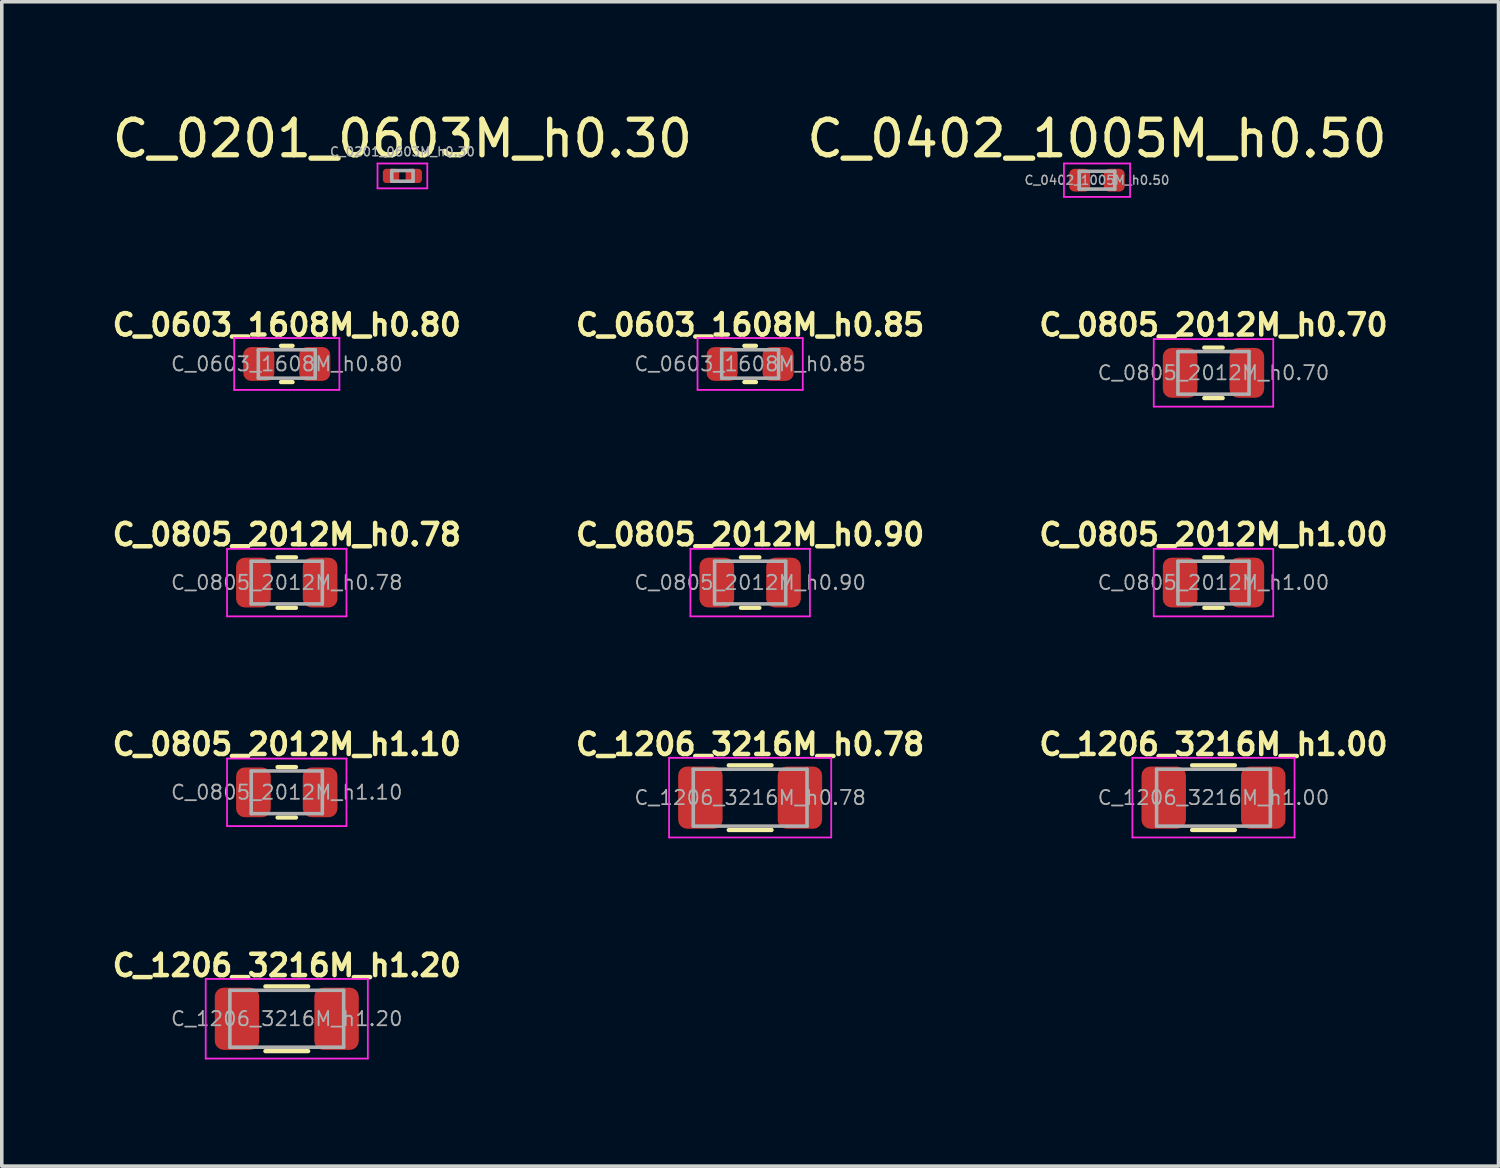
<source format=kicad_pcb>
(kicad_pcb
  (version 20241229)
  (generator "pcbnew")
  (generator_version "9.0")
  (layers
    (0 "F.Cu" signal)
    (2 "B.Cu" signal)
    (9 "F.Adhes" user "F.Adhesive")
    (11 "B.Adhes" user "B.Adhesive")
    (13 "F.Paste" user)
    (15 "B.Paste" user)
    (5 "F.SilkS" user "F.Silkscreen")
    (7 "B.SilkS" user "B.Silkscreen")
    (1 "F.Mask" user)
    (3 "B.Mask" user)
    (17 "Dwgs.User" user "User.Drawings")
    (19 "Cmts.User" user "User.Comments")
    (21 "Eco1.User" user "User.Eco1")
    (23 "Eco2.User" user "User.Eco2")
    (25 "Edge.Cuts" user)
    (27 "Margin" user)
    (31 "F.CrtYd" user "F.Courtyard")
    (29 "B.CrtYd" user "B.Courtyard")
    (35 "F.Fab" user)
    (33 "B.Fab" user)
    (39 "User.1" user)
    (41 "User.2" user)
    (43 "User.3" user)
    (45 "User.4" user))
  (footprint "C_0805_2012M_h1.10"
    (layer "F.Cu")
    (at 5.016 19.235)
    (property "Reference" "C_0805_2012M_h1.10" (at 0 -1.35 0) (layer "F.SilkS") (effects (font (size 0.6 0.6) (thickness 0.127))))
    (attr smd)
    (fp_line (start -0.259 -0.71) (end 0.259 -0.71) (stroke (width 0.12) (type solid)) (layer "F.SilkS"))
    (fp_line (start -0.259 0.71) (end 0.259 0.71) (stroke (width 0.12) (type solid)) (layer "F.SilkS"))
    (fp_line (start -1.68 -0.95) (end 1.68 -0.95) (stroke (width 0.05) (type solid)) (layer "F.CrtYd"))
    (fp_line (start -1.68 0.95) (end -1.68 -0.95) (stroke (width 0.05) (type solid)) (layer "F.CrtYd"))
    (fp_line (start 1.68 -0.95) (end 1.68 0.95) (stroke (width 0.05) (type solid)) (layer "F.CrtYd"))
    (fp_line (start 1.68 0.95) (end -1.68 0.95) (stroke (width 0.05) (type solid)) (layer "F.CrtYd"))
    (fp_line (start -1 -0.6) (end 1 -0.6) (stroke (width 0.1) (type solid)) (layer "F.Fab"))
    (fp_line (start -1 0.6) (end -1 -0.6) (stroke (width 0.1) (type solid)) (layer "F.Fab"))
    (fp_line (start 1 -0.6) (end 1 0.6) (stroke (width 0.1) (type solid)) (layer "F.Fab"))
    (fp_line (start 1 0.6) (end -1 0.6) (stroke (width 0.1) (type solid)) (layer "F.Fab"))
    (fp_text user "${REFERENCE}" (at 0 0 0) (layer "F.Fab") (effects (font (size 0.4 0.4) (thickness 0.05))))
    (pad "1" smd roundrect (at -0.938 0) (size 0.975 1.4) (layers "F.Cu" "F.Mask" "F.Paste") (roundrect_rratio 0.25))
    (pad "2" smd roundrect (at 0.938 0) (size 0.975 1.4) (layers "F.Cu" "F.Mask" "F.Paste") (roundrect_rratio 0.25)))
  (footprint "C_0201_0603M_h0.30"
    (layer "F.Cu")
    (at 8.268 1.898)
    (property "Reference" "C_0201_0603M_h0.30" (at 0 -1.05 0) (layer "F.SilkS") (effects (font (size 1 1) (thickness 0.15))))
    (attr smd)
    (fp_line (start -0.7 -0.35) (end 0.7 -0.35) (stroke (width 0.05) (type solid)) (layer "F.CrtYd"))
    (fp_line (start -0.7 0.35) (end -0.7 -0.35) (stroke (width 0.05) (type solid)) (layer "F.CrtYd"))
    (fp_line (start 0.7 -0.35) (end 0.7 0.35) (stroke (width 0.05) (type solid)) (layer "F.CrtYd"))
    (fp_line (start 0.7 0.35) (end -0.7 0.35) (stroke (width 0.05) (type solid)) (layer "F.CrtYd"))
    (fp_line (start -0.3 -0.15) (end 0.3 -0.15) (stroke (width 0.1) (type solid)) (layer "F.Fab"))
    (fp_line (start -0.3 0.15) (end -0.3 -0.15) (stroke (width 0.1) (type solid)) (layer "F.Fab"))
    (fp_line (start 0.3 -0.15) (end 0.3 0.15) (stroke (width 0.1) (type solid)) (layer "F.Fab"))
    (fp_line (start 0.3 0.15) (end -0.3 0.15) (stroke (width 0.1) (type solid)) (layer "F.Fab"))
    (fp_text user "${REFERENCE}" (at 0 -0.68 0) (layer "F.Fab") (effects (font (size 0.25 0.25) (thickness 0.04))))
    (pad "" smd roundrect (at -0.345 0) (size 0.318 0.36) (layers "F.Paste") (roundrect_rratio 0.25))
    (pad "" smd roundrect (at 0.345 0) (size 0.318 0.36) (layers "F.Paste") (roundrect_rratio 0.25))
    (pad "1" smd roundrect (at -0.32 0) (size 0.46 0.4) (layers "F.Cu" "F.Mask") (roundrect_rratio 0.25))
    (pad "2" smd roundrect (at 0.32 0) (size 0.46 0.4) (layers "F.Cu" "F.Mask") (roundrect_rratio 0.25)))
  (footprint "C_0603_1608M_h0.85"
    (layer "F.Cu")
    (at 18.049 7.187)
    (property "Reference" "C_0603_1608M_h0.85" (at 0 -1.1 0) (layer "F.SilkS") (effects (font (size 0.6 0.6) (thickness 0.127))))
    (attr smd)
    (fp_line (start -0.163 -0.51) (end 0.163 -0.51) (stroke (width 0.12) (type solid)) (layer "F.SilkS"))
    (fp_line (start -0.163 0.51) (end 0.163 0.51) (stroke (width 0.12) (type solid)) (layer "F.SilkS"))
    (fp_line (start -1.48 -0.73) (end 1.48 -0.73) (stroke (width 0.05) (type solid)) (layer "F.CrtYd"))
    (fp_line (start -1.48 0.73) (end -1.48 -0.73) (stroke (width 0.05) (type solid)) (layer "F.CrtYd"))
    (fp_line (start 1.48 -0.73) (end 1.48 0.73) (stroke (width 0.05) (type solid)) (layer "F.CrtYd"))
    (fp_line (start 1.48 0.73) (end -1.48 0.73) (stroke (width 0.05) (type solid)) (layer "F.CrtYd"))
    (fp_line (start -0.8 -0.4) (end 0.8 -0.4) (stroke (width 0.1) (type solid)) (layer "F.Fab"))
    (fp_line (start -0.8 0.4) (end -0.8 -0.4) (stroke (width 0.1) (type solid)) (layer "F.Fab"))
    (fp_line (start 0.8 -0.4) (end 0.8 0.4) (stroke (width 0.1) (type solid)) (layer "F.Fab"))
    (fp_line (start 0.8 0.4) (end -0.8 0.4) (stroke (width 0.1) (type solid)) (layer "F.Fab"))
    (fp_text user "${REFERENCE}" (at 0 0 0) (layer "F.Fab") (effects (font (size 0.4 0.4) (thickness 0.05))))
    (pad "1" smd roundrect (at -0.787 0) (size 0.875 0.95) (layers "F.Cu" "F.Mask" "F.Paste") (roundrect_rratio 0.25))
    (pad "2" smd roundrect (at 0.787 0) (size 0.875 0.95) (layers "F.Cu" "F.Mask" "F.Paste") (roundrect_rratio 0.25)))
  (footprint "C_0805_2012M_h1.00"
    (layer "F.Cu")
    (at 31.081 13.336)
    (property "Reference" "C_0805_2012M_h1.00" (at 0 -1.35 0) (layer "F.SilkS") (effects (font (size 0.6 0.6) (thickness 0.127))))
    (attr smd)
    (fp_line (start -0.259 -0.71) (end 0.259 -0.71) (stroke (width 0.12) (type solid)) (layer "F.SilkS"))
    (fp_line (start -0.259 0.71) (end 0.259 0.71) (stroke (width 0.12) (type solid)) (layer "F.SilkS"))
    (fp_line (start -1.68 -0.95) (end 1.68 -0.95) (stroke (width 0.05) (type solid)) (layer "F.CrtYd"))
    (fp_line (start -1.68 0.95) (end -1.68 -0.95) (stroke (width 0.05) (type solid)) (layer "F.CrtYd"))
    (fp_line (start 1.68 -0.95) (end 1.68 0.95) (stroke (width 0.05) (type solid)) (layer "F.CrtYd"))
    (fp_line (start 1.68 0.95) (end -1.68 0.95) (stroke (width 0.05) (type solid)) (layer "F.CrtYd"))
    (fp_line (start -1 -0.6) (end 1 -0.6) (stroke (width 0.1) (type solid)) (layer "F.Fab"))
    (fp_line (start -1 0.6) (end -1 -0.6) (stroke (width 0.1) (type solid)) (layer "F.Fab"))
    (fp_line (start 1 -0.6) (end 1 0.6) (stroke (width 0.1) (type solid)) (layer "F.Fab"))
    (fp_line (start 1 0.6) (end -1 0.6) (stroke (width 0.1) (type solid)) (layer "F.Fab"))
    (fp_text user "${REFERENCE}" (at 0 0 0) (layer "F.Fab") (effects (font (size 0.4 0.4) (thickness 0.05))))
    (pad "1" smd roundrect (at -0.938 0) (size 0.975 1.4) (layers "F.Cu" "F.Mask" "F.Paste") (roundrect_rratio 0.25))
    (pad "2" smd roundrect (at 0.938 0) (size 0.975 1.4) (layers "F.Cu" "F.Mask" "F.Paste") (roundrect_rratio 0.25)))
  (footprint "C_1206_3216M_h1.00"
    (layer "F.Cu")
    (at 31.081 19.385)
    (property "Reference" "C_1206_3216M_h1.00" (at 0 -1.5 0) (layer "F.SilkS") (effects (font (size 0.6 0.6) (thickness 0.127))))
    (attr smd)
    (fp_line (start -0.602 -0.91) (end 0.602 -0.91) (stroke (width 0.12) (type solid)) (layer "F.SilkS"))
    (fp_line (start -0.602 0.91) (end 0.602 0.91) (stroke (width 0.12) (type solid)) (layer "F.SilkS"))
    (fp_line (start -2.28 -1.12) (end 2.28 -1.12) (stroke (width 0.05) (type solid)) (layer "F.CrtYd"))
    (fp_line (start -2.28 1.12) (end -2.28 -1.12) (stroke (width 0.05) (type solid)) (layer "F.CrtYd"))
    (fp_line (start 2.28 -1.12) (end 2.28 1.12) (stroke (width 0.05) (type solid)) (layer "F.CrtYd"))
    (fp_line (start 2.28 1.12) (end -2.28 1.12) (stroke (width 0.05) (type solid)) (layer "F.CrtYd"))
    (fp_line (start -1.6 -0.8) (end 1.6 -0.8) (stroke (width 0.1) (type solid)) (layer "F.Fab"))
    (fp_line (start -1.6 0.8) (end -1.6 -0.8) (stroke (width 0.1) (type solid)) (layer "F.Fab"))
    (fp_line (start 1.6 -0.8) (end 1.6 0.8) (stroke (width 0.1) (type solid)) (layer "F.Fab"))
    (fp_line (start 1.6 0.8) (end -1.6 0.8) (stroke (width 0.1) (type solid)) (layer "F.Fab"))
    (fp_text user "${REFERENCE}" (at 0 0 0) (layer "F.Fab") (effects (font (size 0.4 0.4) (thickness 0.05))))
    (pad "1" smd roundrect (at -1.4 0) (size 1.25 1.75) (layers "F.Cu" "F.Mask" "F.Paste") (roundrect_rratio 0.2))
    (pad "2" smd roundrect (at 1.4 0) (size 1.25 1.75) (layers "F.Cu" "F.Mask" "F.Paste") (roundrect_rratio 0.2)))
  (footprint "C_1206_3216M_h0.78"
    (layer "F.Cu")
    (at 18.049 19.385)
    (property "Reference" "C_1206_3216M_h0.78" (at 0 -1.5 0) (layer "F.SilkS") (effects (font (size 0.6 0.6) (thickness 0.127))))
    (attr smd)
    (fp_line (start -0.602 -0.91) (end 0.602 -0.91) (stroke (width 0.12) (type solid)) (layer "F.SilkS"))
    (fp_line (start -0.602 0.91) (end 0.602 0.91) (stroke (width 0.12) (type solid)) (layer "F.SilkS"))
    (fp_line (start -2.28 -1.12) (end 2.28 -1.12) (stroke (width 0.05) (type solid)) (layer "F.CrtYd"))
    (fp_line (start -2.28 1.12) (end -2.28 -1.12) (stroke (width 0.05) (type solid)) (layer "F.CrtYd"))
    (fp_line (start 2.28 -1.12) (end 2.28 1.12) (stroke (width 0.05) (type solid)) (layer "F.CrtYd"))
    (fp_line (start 2.28 1.12) (end -2.28 1.12) (stroke (width 0.05) (type solid)) (layer "F.CrtYd"))
    (fp_line (start -1.6 -0.8) (end 1.6 -0.8) (stroke (width 0.1) (type solid)) (layer "F.Fab"))
    (fp_line (start -1.6 0.8) (end -1.6 -0.8) (stroke (width 0.1) (type solid)) (layer "F.Fab"))
    (fp_line (start 1.6 -0.8) (end 1.6 0.8) (stroke (width 0.1) (type solid)) (layer "F.Fab"))
    (fp_line (start 1.6 0.8) (end -1.6 0.8) (stroke (width 0.1) (type solid)) (layer "F.Fab"))
    (fp_text user "${REFERENCE}" (at 0 0 0) (layer "F.Fab") (effects (font (size 0.4 0.4) (thickness 0.05))))
    (pad "1" smd roundrect (at -1.4 0) (size 1.25 1.75) (layers "F.Cu" "F.Mask" "F.Paste") (roundrect_rratio 0.2))
    (pad "2" smd roundrect (at 1.4 0) (size 1.25 1.75) (layers "F.Cu" "F.Mask" "F.Paste") (roundrect_rratio 0.2)))
  (footprint "C_0402_1005M_h0.50"
    (layer "F.Cu")
    (at 27.804 2.018)
    (property "Reference" "C_0402_1005M_h0.50" (at 0 -1.17 0) (layer "F.SilkS") (effects (font (size 1 1) (thickness 0.15))))
    (attr smd)
    (fp_line (start -0.93 -0.47) (end 0.93 -0.47) (stroke (width 0.05) (type solid)) (layer "F.CrtYd"))
    (fp_line (start -0.93 0.47) (end -0.93 -0.47) (stroke (width 0.05) (type solid)) (layer "F.CrtYd"))
    (fp_line (start 0.93 -0.47) (end 0.93 0.47) (stroke (width 0.05) (type solid)) (layer "F.CrtYd"))
    (fp_line (start 0.93 0.47) (end -0.93 0.47) (stroke (width 0.05) (type solid)) (layer "F.CrtYd"))
    (fp_line (start -0.5 -0.25) (end 0.5 -0.25) (stroke (width 0.1) (type solid)) (layer "F.Fab"))
    (fp_line (start -0.5 0.25) (end -0.5 -0.25) (stroke (width 0.1) (type solid)) (layer "F.Fab"))
    (fp_line (start 0.5 -0.25) (end 0.5 0.25) (stroke (width 0.1) (type solid)) (layer "F.Fab"))
    (fp_line (start 0.5 0.25) (end -0.5 0.25) (stroke (width 0.1) (type solid)) (layer "F.Fab"))
    (fp_text user "${REFERENCE}" (at 0 0 0) (layer "F.Fab") (effects (font (size 0.25 0.25) (thickness 0.04))))
    (pad "1" smd roundrect (at -0.485 0) (size 0.59 0.64) (layers "F.Cu" "F.Mask" "F.Paste") (roundrect_rratio 0.25))
    (pad "2" smd roundrect (at 0.485 0) (size 0.59 0.64) (layers "F.Cu" "F.Mask" "F.Paste") (roundrect_rratio 0.25)))
  (footprint "C_0805_2012M_h0.90"
    (layer "F.Cu")
    (at 18.049 13.336)
    (property "Reference" "C_0805_2012M_h0.90" (at 0 -1.35 0) (layer "F.SilkS") (effects (font (size 0.6 0.6) (thickness 0.127))))
    (attr smd)
    (fp_line (start -0.259 -0.71) (end 0.259 -0.71) (stroke (width 0.12) (type solid)) (layer "F.SilkS"))
    (fp_line (start -0.259 0.71) (end 0.259 0.71) (stroke (width 0.12) (type solid)) (layer "F.SilkS"))
    (fp_line (start -1.68 -0.95) (end 1.68 -0.95) (stroke (width 0.05) (type solid)) (layer "F.CrtYd"))
    (fp_line (start -1.68 0.95) (end -1.68 -0.95) (stroke (width 0.05) (type solid)) (layer "F.CrtYd"))
    (fp_line (start 1.68 -0.95) (end 1.68 0.95) (stroke (width 0.05) (type solid)) (layer "F.CrtYd"))
    (fp_line (start 1.68 0.95) (end -1.68 0.95) (stroke (width 0.05) (type solid)) (layer "F.CrtYd"))
    (fp_line (start -1 -0.6) (end 1 -0.6) (stroke (width 0.1) (type solid)) (layer "F.Fab"))
    (fp_line (start -1 0.6) (end -1 -0.6) (stroke (width 0.1) (type solid)) (layer "F.Fab"))
    (fp_line (start 1 -0.6) (end 1 0.6) (stroke (width 0.1) (type solid)) (layer "F.Fab"))
    (fp_line (start 1 0.6) (end -1 0.6) (stroke (width 0.1) (type solid)) (layer "F.Fab"))
    (fp_text user "${REFERENCE}" (at 0 0 0) (layer "F.Fab") (effects (font (size 0.4 0.4) (thickness 0.05))))
    (pad "1" smd roundrect (at -0.938 0) (size 0.975 1.4) (layers "F.Cu" "F.Mask" "F.Paste") (roundrect_rratio 0.25))
    (pad "2" smd roundrect (at 0.938 0) (size 0.975 1.4) (layers "F.Cu" "F.Mask" "F.Paste") (roundrect_rratio 0.25)))
  (footprint "C_1206_3216M_h1.20"
    (layer "F.Cu")
    (at 5.016 25.604)
    (property "Reference" "C_1206_3216M_h1.20" (at 0 -1.5 0) (layer "F.SilkS") (effects (font (size 0.6 0.6) (thickness 0.127))))
    (attr smd)
    (fp_line (start -0.602 -0.91) (end 0.602 -0.91) (stroke (width 0.12) (type solid)) (layer "F.SilkS"))
    (fp_line (start -0.602 0.91) (end 0.602 0.91) (stroke (width 0.12) (type solid)) (layer "F.SilkS"))
    (fp_line (start -2.28 -1.12) (end 2.28 -1.12) (stroke (width 0.05) (type solid)) (layer "F.CrtYd"))
    (fp_line (start -2.28 1.12) (end -2.28 -1.12) (stroke (width 0.05) (type solid)) (layer "F.CrtYd"))
    (fp_line (start 2.28 -1.12) (end 2.28 1.12) (stroke (width 0.05) (type solid)) (layer "F.CrtYd"))
    (fp_line (start 2.28 1.12) (end -2.28 1.12) (stroke (width 0.05) (type solid)) (layer "F.CrtYd"))
    (fp_line (start -1.6 -0.8) (end 1.6 -0.8) (stroke (width 0.1) (type solid)) (layer "F.Fab"))
    (fp_line (start -1.6 0.8) (end -1.6 -0.8) (stroke (width 0.1) (type solid)) (layer "F.Fab"))
    (fp_line (start 1.6 -0.8) (end 1.6 0.8) (stroke (width 0.1) (type solid)) (layer "F.Fab"))
    (fp_line (start 1.6 0.8) (end -1.6 0.8) (stroke (width 0.1) (type solid)) (layer "F.Fab"))
    (fp_text user "${REFERENCE}" (at 0 0 0) (layer "F.Fab") (effects (font (size 0.4 0.4) (thickness 0.05))))
    (pad "1" smd roundrect (at -1.4 0) (size 1.25 1.75) (layers "F.Cu" "F.Mask" "F.Paste") (roundrect_rratio 0.2))
    (pad "2" smd roundrect (at 1.4 0) (size 1.25 1.75) (layers "F.Cu" "F.Mask" "F.Paste") (roundrect_rratio 0.2)))
  (footprint "C_0603_1608M_h0.80"
    (layer "F.Cu")
    (at 5.016 7.187)
    (property "Reference" "C_0603_1608M_h0.80" (at 0 -1.1 0) (layer "F.SilkS") (effects (font (size 0.6 0.6) (thickness 0.127))))
    (attr smd)
    (fp_line (start -0.163 -0.51) (end 0.163 -0.51) (stroke (width 0.12) (type solid)) (layer "F.SilkS"))
    (fp_line (start -0.163 0.51) (end 0.163 0.51) (stroke (width 0.12) (type solid)) (layer "F.SilkS"))
    (fp_line (start -1.48 -0.73) (end 1.48 -0.73) (stroke (width 0.05) (type solid)) (layer "F.CrtYd"))
    (fp_line (start -1.48 0.73) (end -1.48 -0.73) (stroke (width 0.05) (type solid)) (layer "F.CrtYd"))
    (fp_line (start 1.48 -0.73) (end 1.48 0.73) (stroke (width 0.05) (type solid)) (layer "F.CrtYd"))
    (fp_line (start 1.48 0.73) (end -1.48 0.73) (stroke (width 0.05) (type solid)) (layer "F.CrtYd"))
    (fp_line (start -0.8 -0.4) (end 0.8 -0.4) (stroke (width 0.1) (type solid)) (layer "F.Fab"))
    (fp_line (start -0.8 0.4) (end -0.8 -0.4) (stroke (width 0.1) (type solid)) (layer "F.Fab"))
    (fp_line (start 0.8 -0.4) (end 0.8 0.4) (stroke (width 0.1) (type solid)) (layer "F.Fab"))
    (fp_line (start 0.8 0.4) (end -0.8 0.4) (stroke (width 0.1) (type solid)) (layer "F.Fab"))
    (fp_text user "${REFERENCE}" (at 0 0 0) (layer "F.Fab") (effects (font (size 0.4 0.4) (thickness 0.05))))
    (pad "1" smd roundrect (at -0.787 0) (size 0.875 0.95) (layers "F.Cu" "F.Mask" "F.Paste") (roundrect_rratio 0.25))
    (pad "2" smd roundrect (at 0.787 0) (size 0.875 0.95) (layers "F.Cu" "F.Mask" "F.Paste") (roundrect_rratio 0.25)))
  (footprint "C_0805_2012M_h0.78"
    (layer "F.Cu")
    (at 5.016 13.336)
    (property "Reference" "C_0805_2012M_h0.78" (at 0 -1.35 0) (layer "F.SilkS") (effects (font (size 0.6 0.6) (thickness 0.127))))
    (attr smd)
    (fp_line (start -0.259 -0.71) (end 0.259 -0.71) (stroke (width 0.12) (type solid)) (layer "F.SilkS"))
    (fp_line (start -0.259 0.71) (end 0.259 0.71) (stroke (width 0.12) (type solid)) (layer "F.SilkS"))
    (fp_line (start -1.68 -0.95) (end 1.68 -0.95) (stroke (width 0.05) (type solid)) (layer "F.CrtYd"))
    (fp_line (start -1.68 0.95) (end -1.68 -0.95) (stroke (width 0.05) (type solid)) (layer "F.CrtYd"))
    (fp_line (start 1.68 -0.95) (end 1.68 0.95) (stroke (width 0.05) (type solid)) (layer "F.CrtYd"))
    (fp_line (start 1.68 0.95) (end -1.68 0.95) (stroke (width 0.05) (type solid)) (layer "F.CrtYd"))
    (fp_line (start -1 -0.6) (end 1 -0.6) (stroke (width 0.1) (type solid)) (layer "F.Fab"))
    (fp_line (start -1 0.6) (end -1 -0.6) (stroke (width 0.1) (type solid)) (layer "F.Fab"))
    (fp_line (start 1 -0.6) (end 1 0.6) (stroke (width 0.1) (type solid)) (layer "F.Fab"))
    (fp_line (start 1 0.6) (end -1 0.6) (stroke (width 0.1) (type solid)) (layer "F.Fab"))
    (fp_text user "${REFERENCE}" (at 0 0 0) (layer "F.Fab") (effects (font (size 0.4 0.4) (thickness 0.05))))
    (pad "1" smd roundrect (at -0.938 0) (size 0.975 1.4) (layers "F.Cu" "F.Mask" "F.Paste") (roundrect_rratio 0.25))
    (pad "2" smd roundrect (at 0.938 0) (size 0.975 1.4) (layers "F.Cu" "F.Mask" "F.Paste") (roundrect_rratio 0.25)))
  (footprint "C_0805_2012M_h0.70"
    (layer "F.Cu")
    (at 31.081 7.437)
    (property "Reference" "C_0805_2012M_h0.70" (at 0 -1.35 0) (layer "F.SilkS") (effects (font (size 0.6 0.6) (thickness 0.127))))
    (attr smd)
    (fp_line (start -0.259 -0.71) (end 0.259 -0.71) (stroke (width 0.12) (type solid)) (layer "F.SilkS"))
    (fp_line (start -0.259 0.71) (end 0.259 0.71) (stroke (width 0.12) (type solid)) (layer "F.SilkS"))
    (fp_line (start -1.68 -0.95) (end 1.68 -0.95) (stroke (width 0.05) (type solid)) (layer "F.CrtYd"))
    (fp_line (start -1.68 0.95) (end -1.68 -0.95) (stroke (width 0.05) (type solid)) (layer "F.CrtYd"))
    (fp_line (start 1.68 -0.95) (end 1.68 0.95) (stroke (width 0.05) (type solid)) (layer "F.CrtYd"))
    (fp_line (start 1.68 0.95) (end -1.68 0.95) (stroke (width 0.05) (type solid)) (layer "F.CrtYd"))
    (fp_line (start -1 -0.6) (end 1 -0.6) (stroke (width 0.1) (type solid)) (layer "F.Fab"))
    (fp_line (start -1 0.6) (end -1 -0.6) (stroke (width 0.1) (type solid)) (layer "F.Fab"))
    (fp_line (start 1 -0.6) (end 1 0.6) (stroke (width 0.1) (type solid)) (layer "F.Fab"))
    (fp_line (start 1 0.6) (end -1 0.6) (stroke (width 0.1) (type solid)) (layer "F.Fab"))
    (fp_text user "${REFERENCE}" (at 0 0 0) (layer "F.Fab") (effects (font (size 0.4 0.4) (thickness 0.05))))
    (pad "1" smd roundrect (at -0.938 0) (size 0.975 1.4) (layers "F.Cu" "F.Mask" "F.Paste") (roundrect_rratio 0.25))
    (pad "2" smd roundrect (at 0.938 0) (size 0.975 1.4) (layers "F.Cu" "F.Mask" "F.Paste") (roundrect_rratio 0.25)))
  (gr_rect
    (start -3 -3)
    (end 39.097 29.749)
    (stroke (width 0.1) (type default))
    (fill no)
    (layer "Edge.Cuts")))
</source>
